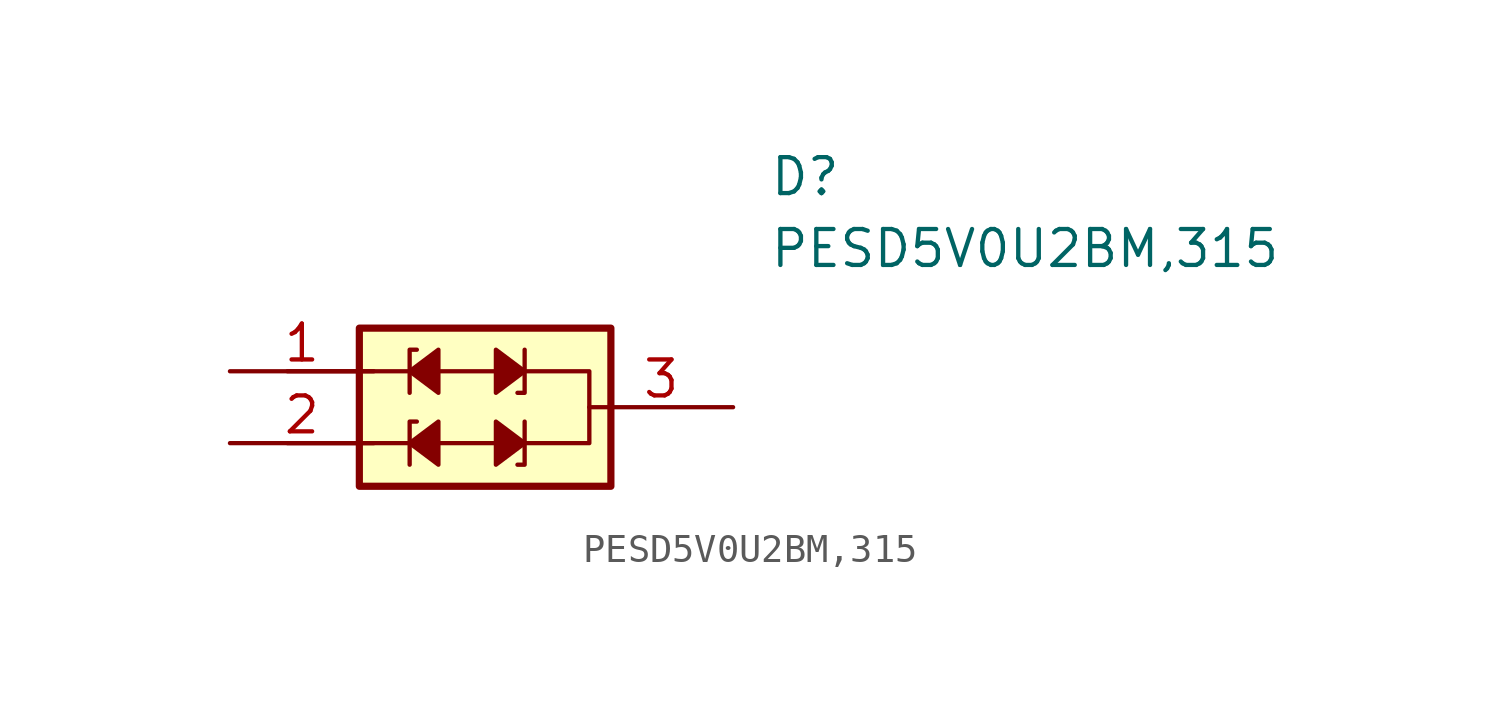
<source format=kicad_sym>
(kicad_symbol_lib
  (version 20231120)
  (generator "kicad_symbol_editor")
  (generator_version "8.0")
  (symbol "PESD5V0U2BM,315"
    (property "Reference" "D"
      (at 19.05 7.62 0)
      (effects (font (size 1.27 1.27)) (justify left top)))
    (property "Value" "PESD5V0U2BM,315"
      (at 19.05 5.08 0)
      (effects (font (size 1.27 1.27)) (justify left top)))
    (symbol "PESD5V0U2BM,315_0_1"
      (polyline (pts (xy 6.35 -3.302) (xy 6.35 -1.778) (xy 6.604 -1.778)) (stroke (width 0) (type default)) (fill (type none)))
      (polyline (pts (xy 6.35 -0.762) (xy 6.35 0.762) (xy 6.604 0.762)) (stroke (width 0) (type default)) (fill (type none)))
      (polyline (pts (xy 10.414 -1.778) (xy 10.414 -3.302) (xy 10.16 -3.302)) (stroke (width 0) (type default)) (fill (type none)))
      (polyline (pts (xy 10.414 0.762) (xy 10.414 -0.762) (xy 10.16 -0.762)) (stroke (width 0) (type default)) (fill (type none)))
      (polyline (pts (xy 2.032 0) (xy 12.7 0) (xy 12.7 -2.54) (xy 2.032 -2.54)) (stroke (width 0) (type default)) (fill (type none))))
    (symbol "PESD5V0U2BM,315_1_1"
      (polyline (pts (xy 7.366 -1.778) (xy 7.366 -3.302) (xy 6.35 -2.54) (xy 7.366 -1.778)) (stroke (width 0) (type default)) (fill (type outline)))
      (polyline (pts (xy 7.366 0.762) (xy 7.366 -0.762) (xy 6.35 0) (xy 7.366 0.762)) (stroke (width 0) (type default)) (fill (type outline)))
      (polyline (pts (xy 9.398 -3.302) (xy 9.398 -1.778) (xy 10.414 -2.54) (xy 9.398 -3.302)) (stroke (width 0) (type default)) (fill (type outline)))
      (polyline (pts (xy 9.398 -0.762) (xy 9.398 0.762) (xy 10.414 0) (xy 9.398 -0.762)) (stroke (width 0) (type default)) (fill (type outline)))
      (rectangle (start 4.572 1.524) (end 13.462 -4.064) (stroke (width 0.254) (type default)) (fill (type background)))
      (pin passive line (at 0 0 0) (length 5.08) (name "" (effects (font (size 1.27 1.27)))) (number "1" (effects (font (size 1.27 1.27)))))
      (pin passive line (at 0 -2.54 0) (length 5.08) (name "" (effects (font (size 1.27 1.27)))) (number "2" (effects (font (size 1.27 1.27)))))
      (pin passive line (at 17.78 -1.27 180) (length 5.08) (name "" (effects (font (size 1.27 1.27)))) (number "3" (effects (font (size 1.27 1.27))))))))
</source>
